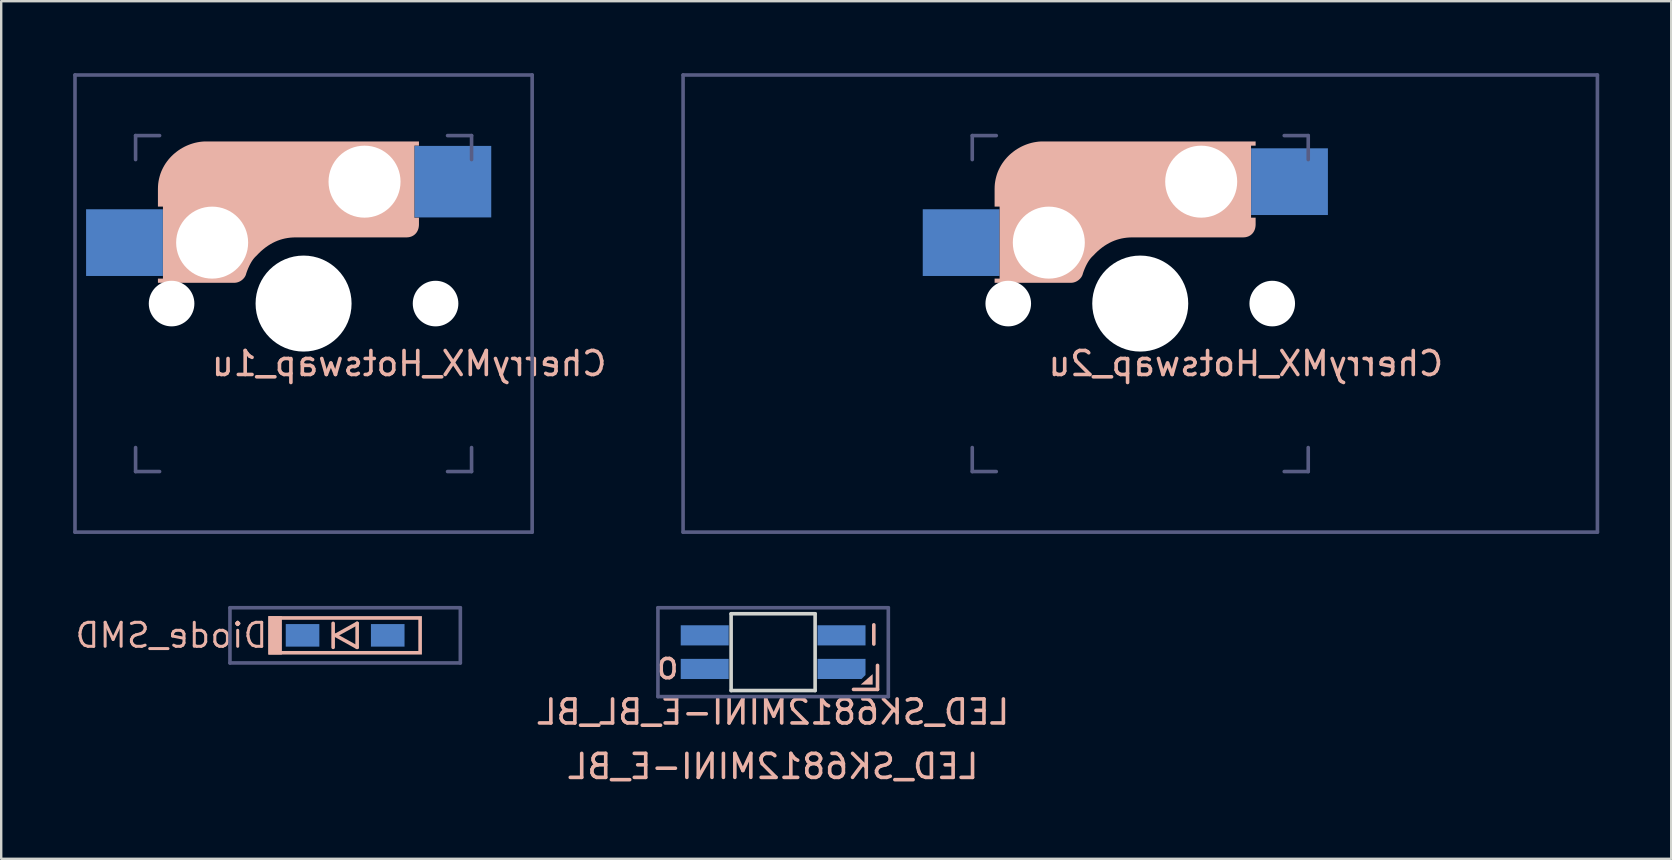
<source format=kicad_pcb>
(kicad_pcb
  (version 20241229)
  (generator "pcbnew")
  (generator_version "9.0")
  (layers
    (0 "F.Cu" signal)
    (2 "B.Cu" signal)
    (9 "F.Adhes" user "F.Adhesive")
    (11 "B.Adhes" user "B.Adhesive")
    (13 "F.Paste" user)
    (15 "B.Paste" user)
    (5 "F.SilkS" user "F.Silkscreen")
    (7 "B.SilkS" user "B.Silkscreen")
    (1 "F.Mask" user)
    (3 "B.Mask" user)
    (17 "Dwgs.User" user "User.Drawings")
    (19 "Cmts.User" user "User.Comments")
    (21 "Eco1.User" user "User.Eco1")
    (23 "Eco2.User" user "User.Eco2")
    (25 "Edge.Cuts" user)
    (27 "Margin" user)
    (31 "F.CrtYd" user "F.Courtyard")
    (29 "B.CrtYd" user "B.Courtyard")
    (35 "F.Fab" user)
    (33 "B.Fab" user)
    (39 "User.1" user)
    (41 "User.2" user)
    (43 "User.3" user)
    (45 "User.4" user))
  (footprint "CherryMX_Hotswap_2u"
    (layer "F.Cu")
    (at 44.464 9.6)
    (property "Reference" "CherryMX_Hotswap_2u" (at 4.4 2.5 0) (unlocked yes) (layer "B.SilkS") (effects (font (size 1 1) (thickness 0.15)) (justify mirror)))
    (attr through_hole)
    (fp_poly (pts (xy 4.808 -6.58) (xy 4.617 -6.58) (xy 4.617 -3.579) (xy 4.808 -3.579) (xy 4.808 -3.302) (xy 4.807 -3.272) (xy 4.805 -3.243) (xy 4.802 -3.215) (xy 4.798 -3.187) (xy 4.793 -3.16) (xy 4.787 -3.133) (xy 4.779 -3.108) (xy 4.771 -3.082) (xy 4.761 -3.058) (xy 4.75 -3.034) (xy 4.739 -3.012) (xy 4.726 -2.99) (xy 4.712 -2.968) (xy 4.698 -2.948) (xy 4.682 -2.929) (xy 4.665 -2.91) (xy 4.648 -2.893) (xy 4.629 -2.876) (xy 4.61 -2.861) (xy 4.59 -2.846) (xy 4.568 -2.832) (xy 4.546 -2.82) (xy 4.524 -2.808) (xy 4.5 -2.798) (xy 4.476 -2.789) (xy 4.45 -2.781) (xy 4.424 -2.774) (xy 4.397 -2.768) (xy 4.37 -2.764) (xy 4.342 -2.761) (xy 4.313 -2.759) (xy 4.283 -2.758) (xy -0.336 -2.758) (xy -0.446 -2.755) (xy -0.554 -2.747) (xy -0.662 -2.733) (xy -0.769 -2.714) (xy -0.874 -2.689) (xy -0.979 -2.658) (xy -1.082 -2.621) (xy -1.184 -2.578) (xy -1.286 -2.528) (xy -1.386 -2.472) (xy -1.485 -2.41) (xy -1.584 -2.34) (xy -1.681 -2.263) (xy -1.778 -2.18) (xy -1.873 -2.088) (xy -1.968 -1.989) (xy -2.003 -1.957) (xy -2.036 -1.922) (xy -2.068 -1.885) (xy -2.1 -1.845) (xy -2.13 -1.803) (xy -2.159 -1.759) (xy -2.187 -1.713) (xy -2.213 -1.666) (xy -2.239 -1.617) (xy -2.264 -1.568) (xy -2.287 -1.517) (xy -2.31 -1.466) (xy -2.331 -1.414) (xy -2.352 -1.362) (xy -2.371 -1.309) (xy -2.389 -1.257) (xy -2.394 -1.238) (xy -2.399 -1.219) (xy -2.406 -1.199) (xy -2.413 -1.181) (xy -2.421 -1.162) (xy -2.43 -1.144) (xy -2.441 -1.126) (xy -2.451 -1.108) (xy -2.463 -1.091) (xy -2.476 -1.074) (xy -2.489 -1.058) (xy -2.503 -1.042) (xy -2.518 -1.027) (xy -2.533 -1.012) (xy -2.549 -0.997) (xy -2.565 -0.984) (xy -2.582 -0.971) (xy -2.6 -0.958) (xy -2.618 -0.946) (xy -2.637 -0.935) (xy -2.656 -0.925) (xy -2.675 -0.915) (xy -2.695 -0.906) (xy -2.715 -0.898) (xy -2.736 -0.891) (xy -2.756 -0.885) (xy -2.777 -0.879) (xy -2.798 -0.875) (xy -2.82 -0.871) (xy -2.841 -0.868) (xy -2.863 -0.867) (xy -2.884 -0.866) (xy -6.069 -0.866) (xy -6.069 -1.04) (xy -5.86 -1.04) (xy -5.86 -4.04) (xy -6.069 -4.04) (xy -6.069 -4.779) (xy -6.066 -4.887) (xy -6.058 -4.994) (xy -6.043 -5.098) (xy -6.023 -5.2) (xy -5.998 -5.299) (xy -5.969 -5.396) (xy -5.934 -5.491) (xy -5.894 -5.582) (xy -5.85 -5.671) (xy -5.802 -5.757) (xy -5.75 -5.84) (xy -5.694 -5.919) (xy -5.635 -5.996) (xy -5.571 -6.07) (xy -5.505 -6.14) (xy -5.436 -6.207) (xy -5.363 -6.27) (xy -5.288 -6.33) (xy -5.211 -6.387) (xy -5.131 -6.44) (xy -5.049 -6.488) (xy -4.965 -6.534) (xy -4.879 -6.575) (xy -4.792 -6.612) (xy -4.704 -6.645) (xy -4.614 -6.674) (xy -4.524 -6.699) (xy -4.432 -6.719) (xy -4.34 -6.735) (xy -4.248 -6.747) (xy -4.156 -6.754) (xy -4.063 -6.756) (xy 4.808 -6.756)) (stroke (width -0.000001) (type solid)) (fill yes) (layer "B.SilkS"))
    (fp_line (start -19.05 -9.525) (end 19.05 -9.525) (stroke (width 0.15) (type solid)) (layer "B.Fab"))
    (fp_line (start -19.05 9.525) (end -19.05 -9.525) (stroke (width 0.15) (type solid)) (layer "B.Fab"))
    (fp_line (start -7 -7) (end -6 -7) (stroke (width 0.15) (type solid)) (layer "B.Fab"))
    (fp_line (start -7 -6) (end -7 -7) (stroke (width 0.15) (type solid)) (layer "B.Fab"))
    (fp_line (start -7 6) (end -7 7) (stroke (width 0.15) (type solid)) (layer "B.Fab"))
    (fp_line (start -7 7) (end -6 7) (stroke (width 0.15) (type solid)) (layer "B.Fab"))
    (fp_line (start 6 7) (end 7 7) (stroke (width 0.15) (type solid)) (layer "B.Fab"))
    (fp_line (start 7 -7) (end 6 -7) (stroke (width 0.15) (type solid)) (layer "B.Fab"))
    (fp_line (start 7 -7) (end 7 -6) (stroke (width 0.15) (type solid)) (layer "B.Fab"))
    (fp_line (start 7 7) (end 7 6) (stroke (width 0.15) (type solid)) (layer "B.Fab"))
    (fp_line (start 19.05 -9.525) (end 19.05 9.525) (stroke (width 0.15) (type solid)) (layer "B.Fab"))
    (fp_line (start 19.05 9.525) (end -19.05 9.525) (stroke (width 0.15) (type solid)) (layer "B.Fab"))
    (pad "" np_thru_hole circle (at -5.5 0 90) (size 1.9 1.9) (drill 1.9) (layers "*.Cu" "*.Mask"))
    (pad "" np_thru_hole circle (at -3.81 -2.54) (size 3 3) (drill 3) (layers "*.Cu" "*.Mask"))
    (pad "" np_thru_hole circle (at 0 0 90) (size 4 4) (drill 4) (layers "*.Cu"))
    (pad "" np_thru_hole circle (at 2.54 -5.08) (size 3 3) (drill 3) (layers "*.Cu" "*.Mask"))
    (pad "" np_thru_hole circle (at 5.5 0 90) (size 1.9 1.9) (drill 1.9) (layers "*.Cu" "*.Mask"))
    (pad "1" smd rect (at -7.085 -2.54 180) (size 3.2 2.78) (drill (offset 0.378 0)) (layers "B.Cu" "B.Mask" "B.Paste"))
    (pad "2" smd rect (at 5.842 -5.08 180) (size 3.2 2.78) (drill (offset -0.378 0)) (layers "B.Cu" "B.Mask" "B.Paste")))
  (footprint "CherryMX_Hotswap_1u"
    (layer "F.Cu")
    (at 9.6 9.6)
    (property "Reference" "CherryMX_Hotswap_1u" (at 4.4 2.5 0) (unlocked yes) (layer "B.SilkS") (effects (font (size 1 1) (thickness 0.15)) (justify mirror)))
    (attr through_hole)
    (fp_poly (pts (xy 4.808 -6.58) (xy 4.617 -6.58) (xy 4.617 -3.579) (xy 4.808 -3.579) (xy 4.808 -3.302) (xy 4.807 -3.272) (xy 4.805 -3.243) (xy 4.802 -3.215) (xy 4.798 -3.187) (xy 4.793 -3.16) (xy 4.787 -3.133) (xy 4.779 -3.108) (xy 4.771 -3.082) (xy 4.761 -3.058) (xy 4.75 -3.034) (xy 4.739 -3.012) (xy 4.726 -2.99) (xy 4.712 -2.968) (xy 4.698 -2.948) (xy 4.682 -2.929) (xy 4.665 -2.91) (xy 4.648 -2.893) (xy 4.629 -2.876) (xy 4.61 -2.861) (xy 4.59 -2.846) (xy 4.568 -2.832) (xy 4.546 -2.82) (xy 4.524 -2.808) (xy 4.5 -2.798) (xy 4.476 -2.789) (xy 4.45 -2.781) (xy 4.424 -2.774) (xy 4.397 -2.768) (xy 4.37 -2.764) (xy 4.342 -2.761) (xy 4.313 -2.759) (xy 4.283 -2.758) (xy -0.336 -2.758) (xy -0.446 -2.755) (xy -0.554 -2.747) (xy -0.662 -2.733) (xy -0.769 -2.714) (xy -0.874 -2.689) (xy -0.979 -2.658) (xy -1.082 -2.621) (xy -1.184 -2.578) (xy -1.286 -2.528) (xy -1.386 -2.472) (xy -1.485 -2.41) (xy -1.584 -2.34) (xy -1.681 -2.263) (xy -1.778 -2.18) (xy -1.873 -2.088) (xy -1.968 -1.989) (xy -2.003 -1.957) (xy -2.036 -1.922) (xy -2.068 -1.885) (xy -2.1 -1.845) (xy -2.13 -1.803) (xy -2.159 -1.759) (xy -2.187 -1.713) (xy -2.213 -1.666) (xy -2.239 -1.617) (xy -2.264 -1.568) (xy -2.287 -1.517) (xy -2.31 -1.466) (xy -2.331 -1.414) (xy -2.352 -1.362) (xy -2.371 -1.309) (xy -2.389 -1.257) (xy -2.394 -1.238) (xy -2.399 -1.219) (xy -2.406 -1.199) (xy -2.413 -1.181) (xy -2.421 -1.162) (xy -2.43 -1.144) (xy -2.441 -1.126) (xy -2.451 -1.108) (xy -2.463 -1.091) (xy -2.476 -1.074) (xy -2.489 -1.058) (xy -2.503 -1.042) (xy -2.518 -1.027) (xy -2.533 -1.012) (xy -2.549 -0.997) (xy -2.565 -0.984) (xy -2.582 -0.971) (xy -2.6 -0.958) (xy -2.618 -0.946) (xy -2.637 -0.935) (xy -2.656 -0.925) (xy -2.675 -0.915) (xy -2.695 -0.906) (xy -2.715 -0.898) (xy -2.736 -0.891) (xy -2.756 -0.885) (xy -2.777 -0.879) (xy -2.798 -0.875) (xy -2.82 -0.871) (xy -2.841 -0.868) (xy -2.863 -0.867) (xy -2.884 -0.866) (xy -6.069 -0.866) (xy -6.069 -1.04) (xy -5.86 -1.04) (xy -5.86 -4.04) (xy -6.069 -4.04) (xy -6.069 -4.779) (xy -6.066 -4.887) (xy -6.058 -4.994) (xy -6.043 -5.098) (xy -6.023 -5.2) (xy -5.998 -5.299) (xy -5.969 -5.396) (xy -5.934 -5.491) (xy -5.894 -5.582) (xy -5.85 -5.671) (xy -5.802 -5.757) (xy -5.75 -5.84) (xy -5.694 -5.919) (xy -5.635 -5.996) (xy -5.571 -6.07) (xy -5.505 -6.14) (xy -5.436 -6.207) (xy -5.363 -6.27) (xy -5.288 -6.33) (xy -5.211 -6.387) (xy -5.131 -6.44) (xy -5.049 -6.488) (xy -4.965 -6.534) (xy -4.879 -6.575) (xy -4.792 -6.612) (xy -4.704 -6.645) (xy -4.614 -6.674) (xy -4.524 -6.699) (xy -4.432 -6.719) (xy -4.34 -6.735) (xy -4.248 -6.747) (xy -4.156 -6.754) (xy -4.063 -6.756) (xy 4.808 -6.756)) (stroke (width -0.000001) (type solid)) (fill yes) (layer "B.SilkS"))
    (fp_line (start -9.525 -9.525) (end 9.525 -9.525) (stroke (width 0.15) (type solid)) (layer "B.Fab"))
    (fp_line (start -9.525 9.525) (end -9.525 -9.525) (stroke (width 0.15) (type solid)) (layer "B.Fab"))
    (fp_line (start -7 -7) (end -6 -7) (stroke (width 0.15) (type solid)) (layer "B.Fab"))
    (fp_line (start -7 -6) (end -7 -7) (stroke (width 0.15) (type solid)) (layer "B.Fab"))
    (fp_line (start -7 6) (end -7 7) (stroke (width 0.15) (type solid)) (layer "B.Fab"))
    (fp_line (start -7 7) (end -6 7) (stroke (width 0.15) (type solid)) (layer "B.Fab"))
    (fp_line (start 6 7) (end 7 7) (stroke (width 0.15) (type solid)) (layer "B.Fab"))
    (fp_line (start 7 -7) (end 6 -7) (stroke (width 0.15) (type solid)) (layer "B.Fab"))
    (fp_line (start 7 -7) (end 7 -6) (stroke (width 0.15) (type solid)) (layer "B.Fab"))
    (fp_line (start 7 7) (end 7 6) (stroke (width 0.15) (type solid)) (layer "B.Fab"))
    (fp_line (start 9.525 -9.525) (end 9.525 9.525) (stroke (width 0.15) (type solid)) (layer "B.Fab"))
    (fp_line (start 9.525 9.525) (end -9.525 9.525) (stroke (width 0.15) (type solid)) (layer "B.Fab"))
    (pad "" np_thru_hole circle (at -5.5 0 90) (size 1.9 1.9) (drill 1.9) (layers "*.Cu" "*.Mask"))
    (pad "" np_thru_hole circle (at -3.81 -2.54) (size 3 3) (drill 3) (layers "*.Cu" "*.Mask"))
    (pad "" np_thru_hole circle (at 0 0 90) (size 4 4) (drill 4) (layers "*.Cu"))
    (pad "" np_thru_hole circle (at 2.54 -5.08) (size 3 3) (drill 3) (layers "*.Cu" "*.Mask"))
    (pad "" np_thru_hole circle (at 5.5 0 90) (size 1.9 1.9) (drill 1.9) (layers "*.Cu" "*.Mask"))
    (pad "1" smd rect (at -7.085 -2.54 180) (size 3.2 2.78) (drill (offset 0.378 0)) (layers "B.Cu" "B.Mask" "B.Paste"))
    (pad "2" smd rect (at 5.842 -5.08 180) (size 3.2 2.98) (drill (offset -0.378 0)) (layers "B.Cu" "B.Mask" "B.Paste")))
  (footprint "LED_SK6812MINI-E_BL"
    (layer "F.Cu")
    (at 29.166 24.125)
    (property "Reference" "LED_SK6812MINI-E_BL" (at 0 4.763 0) (unlocked yes) (layer "B.SilkS") (effects (font (size 1 1) (thickness 0.15)) (justify mirror)))
    (attr through_hole)
    (fp_line (start 3.35 1.552) (end 4.35 1.552) (stroke (width 0.15) (type solid)) (layer "B.SilkS"))
    (fp_line (start 4.35 1.552) (end 4.35 0.552) (stroke (width 0.15) (type solid)) (layer "B.SilkS"))
    (fp_poly (pts (xy 3.648 1.353) (xy 4.148 1.353) (xy 4.148 0.915)) (stroke (width -0.000001) (type solid)) (fill yes) (layer "B.SilkS"))
    (fp_line (start -1.75 -1.6) (end -1.75 1.6) (stroke (width 0.15) (type solid)) (layer "Edge.Cuts"))
    (fp_line (start -1.75 1.6) (end 1.75 1.6) (stroke (width 0.15) (type solid)) (layer "Edge.Cuts"))
    (fp_line (start 1.75 -1.6) (end -1.75 -1.6) (stroke (width 0.15) (type solid)) (layer "Edge.Cuts"))
    (fp_line (start 1.75 1.6) (end 1.75 -1.6) (stroke (width 0.15) (type solid)) (layer "Edge.Cuts"))
    (fp_line (start -4.8 -1.85) (end -4.8 1.852) (stroke (width 0.15) (type solid)) (layer "B.Fab"))
    (fp_line (start 4.8 -1.85) (end -4.8 -1.85) (stroke (width 0.15) (type solid)) (layer "B.Fab"))
    (fp_line (start 4.8 -1.85) (end 4.8 1.852) (stroke (width 0.15) (type solid)) (layer "B.Fab"))
    (fp_line (start 4.8 1.852) (end -4.8 1.852) (stroke (width 0.15) (type solid)) (layer "B.Fab"))
    (fp_text user "O" (at -4.914 0.7 0) (unlocked yes) (layer "B.SilkS") (effects (font (size 0.8 0.8) (thickness 0.15)) (justify right mirror)))
    (fp_text user "I" (at 4.485 -0.7 0) (unlocked yes) (layer "B.SilkS") (effects (font (size 0.8 0.8) (thickness 0.15)) (justify left mirror)))
    (fp_text user "${REFERENCE}_BL" (at -0.000128 3.08 0) (unlocked yes) (layer "B.SilkS") (effects (font (size 1 1) (thickness 0.15)) (justify bottom mirror)))
    (pad "1" smd rect (at -2.85 -0.7) (size 2 0.84) (layers "B.Cu" "B.Mask" "B.Paste"))
    (pad "2" smd rect (at -2.85 0.7) (size 2 0.84) (layers "B.Cu" "B.Mask" "B.Paste"))
    (pad "3" smd roundrect (at 2.85 0.7) (size 2 0.84) (layers "B.Cu" "B.Mask" "B.Paste") (roundrect_rratio 0) (chamfer_ratio 0.2) (chamfer bottom_right))
    (pad "4" smd rect (at 2.85 -0.7) (size 2 0.84) (layers "B.Cu" "B.Mask" "B.Paste")))
  (footprint "Diode_SMD"
    (layer "F.Cu")
    (at 11.332 23.425)
    (property "Reference" "Diode_SMD" (at -3.157 0 0) (unlocked yes) (layer "B.SilkS") (effects (font (size 1 1) (thickness 0.125)) (justify left mirror)))
    (attr through_hole)
    (fp_line (start -0.5 -0.5) (end -0.5 0.5) (stroke (width 0.15) (type solid)) (layer "B.SilkS"))
    (fp_line (start -0.4 0) (end 0.5 -0.5) (stroke (width 0.15) (type solid)) (layer "B.SilkS"))
    (fp_line (start 0.5 -0.5) (end 0.5 0.5) (stroke (width 0.15) (type solid)) (layer "B.SilkS"))
    (fp_line (start 0.5 0.5) (end -0.4 0) (stroke (width 0.15) (type solid)) (layer "B.SilkS"))
    (fp_poly (pts (xy -2.636 0.801) (xy -3.198 0.801) (xy -3.198 -0.8) (xy -2.636 -0.8)) (stroke (width -0.000001) (type solid)) (fill yes) (layer "B.SilkS"))
    (fp_poly (pts (xy 3.199 0.8) (xy -3.201 0.8) (xy -3.201 0.651) (xy -3.053 0.651) (xy 3.05 0.651) (xy 3.05 -0.649) (xy -3.053 -0.649) (xy -3.053 0.651) (xy -3.201 0.651) (xy -3.201 -0.801) (xy 3.199 -0.801)) (stroke (width -0.000001) (type solid)) (fill yes) (layer "B.SilkS"))
    (fp_line (start -4.8 -1.15) (end -4.8 1.15) (stroke (width 0.15) (type solid)) (layer "B.Fab"))
    (fp_line (start 4.8 -1.15) (end -4.8 -1.15) (stroke (width 0.15) (type solid)) (layer "B.Fab"))
    (fp_line (start 4.8 -1.15) (end 4.8 1.15) (stroke (width 0.15) (type solid)) (layer "B.Fab"))
    (fp_line (start 4.8 1.15) (end -4.8 1.15) (stroke (width 0.15) (type solid)) (layer "B.Fab"))
    (pad "1" smd rect (at -1.775 0) (size 1.4 0.94) (layers "B.Cu" "B.Mask" "B.Paste"))
    (pad "2" smd rect (at 1.775 0) (size 1.4 0.94) (layers "B.Cu" "B.Mask" "B.Paste")))
  (gr_rect
    (start -3 -3)
    (end 66.589 32.736)
    (stroke (width 0.1) (type default))
    (fill no)
    (layer "Edge.Cuts")))
</source>
